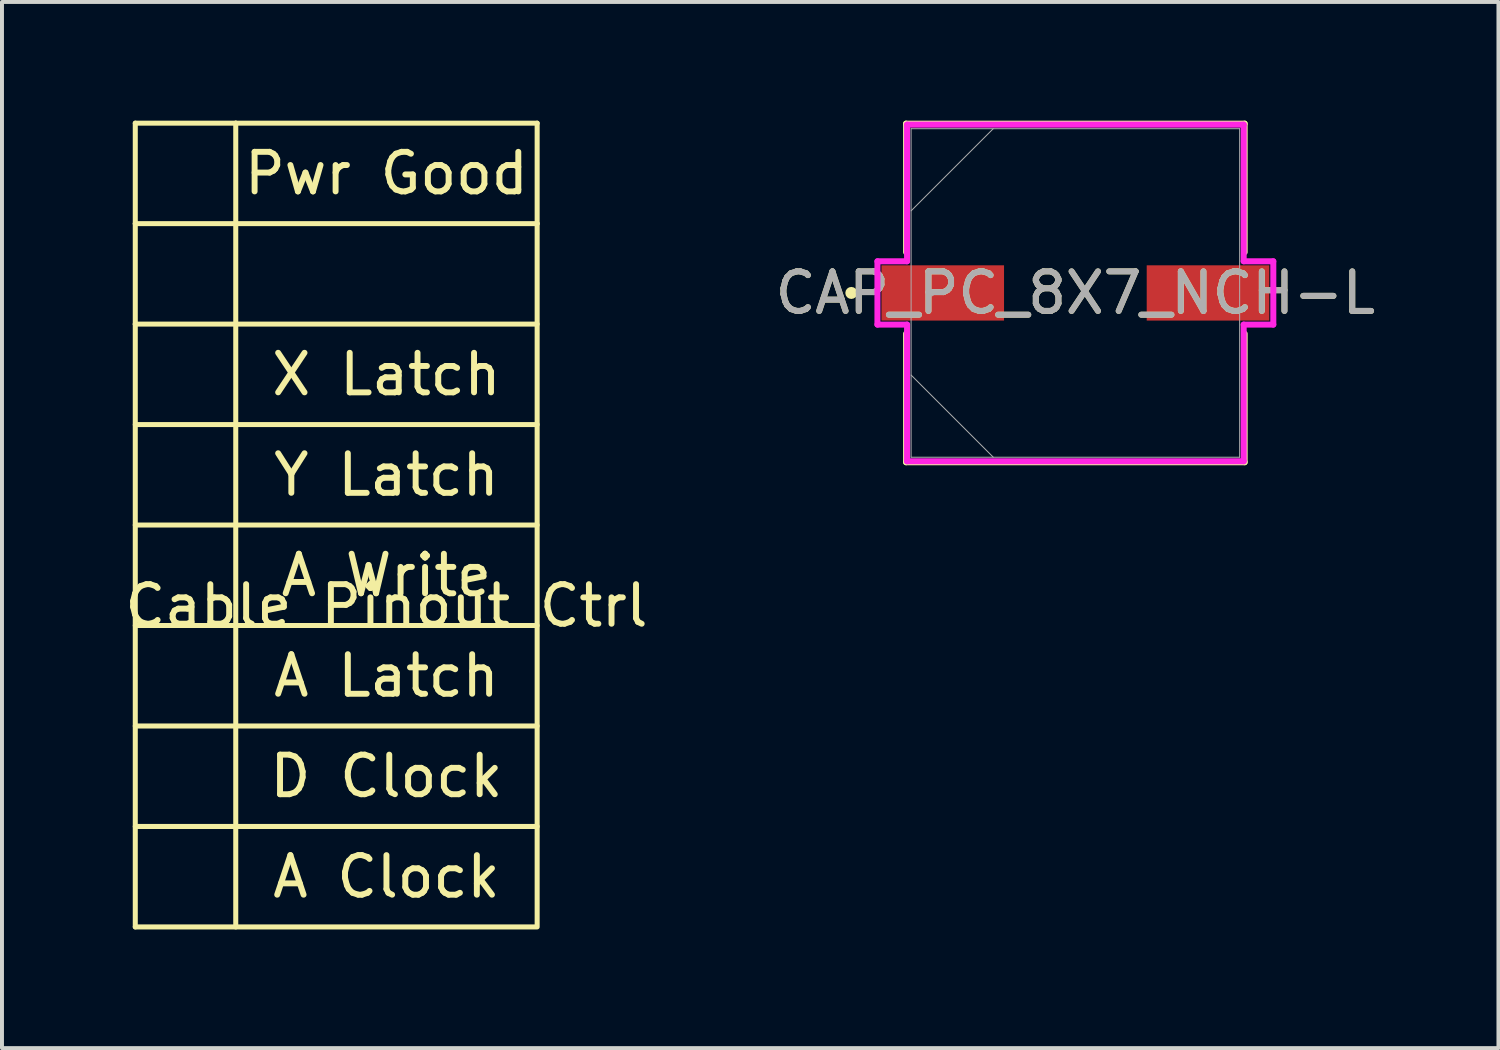
<source format=kicad_pcb>
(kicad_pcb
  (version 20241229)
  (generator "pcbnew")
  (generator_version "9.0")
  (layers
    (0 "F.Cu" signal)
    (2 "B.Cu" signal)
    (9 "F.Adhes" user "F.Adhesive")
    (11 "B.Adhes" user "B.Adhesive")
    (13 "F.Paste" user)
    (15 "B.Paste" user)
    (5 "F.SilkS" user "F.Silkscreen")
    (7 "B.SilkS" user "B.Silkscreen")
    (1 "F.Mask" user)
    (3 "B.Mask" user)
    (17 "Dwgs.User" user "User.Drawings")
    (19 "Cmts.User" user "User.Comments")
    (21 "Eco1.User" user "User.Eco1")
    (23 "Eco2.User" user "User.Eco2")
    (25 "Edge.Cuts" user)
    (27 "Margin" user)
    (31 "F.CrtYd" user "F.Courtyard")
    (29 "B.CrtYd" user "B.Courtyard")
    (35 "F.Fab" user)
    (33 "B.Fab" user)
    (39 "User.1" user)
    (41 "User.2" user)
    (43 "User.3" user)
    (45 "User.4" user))
  (footprint "CAP_PC_8X7_NCH-L"
    (layer "F.Cu")
    (at 24.137 4.356)
    (property "Reference" "CAP_PC_8X7_NCH-L" (at 0 0 0) (unlocked yes) (layer "F.SilkS") (effects (font (size 1 1) (thickness 0.15))))
    (attr smd)
    (fp_line (start -4.28 -4.28) (end -4.28 -1.031) (stroke (width 0.152) (type solid)) (layer "F.SilkS"))
    (fp_line (start -4.28 1.031) (end -4.28 4.28) (stroke (width 0.152) (type solid)) (layer "F.SilkS"))
    (fp_line (start -4.28 4.28) (end 4.28 4.28) (stroke (width 0.152) (type solid)) (layer "F.SilkS"))
    (fp_line (start 4.28 -4.28) (end -4.28 -4.28) (stroke (width 0.152) (type solid)) (layer "F.SilkS"))
    (fp_line (start 4.28 -1.031) (end 4.28 -4.28) (stroke (width 0.152) (type solid)) (layer "F.SilkS"))
    (fp_line (start 4.28 4.28) (end 4.28 1.031) (stroke (width 0.152) (type solid)) (layer "F.SilkS"))
    (fp_circle (center -5.664 0) (end -5.588 0) (stroke (width 0.152) (type solid)) (fill no) (layer "F.SilkS"))
    (fp_line (start -5.004 -0.8) (end -4.255 -0.8) (stroke (width 0.152) (type solid)) (layer "F.CrtYd"))
    (fp_line (start -5.004 0.8) (end -5.004 -0.8) (stroke (width 0.152) (type solid)) (layer "F.CrtYd"))
    (fp_line (start -4.255 -4.255) (end 4.255 -4.255) (stroke (width 0.152) (type solid)) (layer "F.CrtYd"))
    (fp_line (start -4.255 -0.8) (end -4.255 -4.255) (stroke (width 0.152) (type solid)) (layer "F.CrtYd"))
    (fp_line (start -4.255 0.8) (end -5.004 0.8) (stroke (width 0.152) (type solid)) (layer "F.CrtYd"))
    (fp_line (start -4.255 4.255) (end -4.255 0.8) (stroke (width 0.152) (type solid)) (layer "F.CrtYd"))
    (fp_line (start 4.255 -4.255) (end 4.255 -0.8) (stroke (width 0.152) (type solid)) (layer "F.CrtYd"))
    (fp_line (start 4.255 -0.8) (end 5.004 -0.8) (stroke (width 0.152) (type solid)) (layer "F.CrtYd"))
    (fp_line (start 4.255 0.8) (end 4.255 4.255) (stroke (width 0.152) (type solid)) (layer "F.CrtYd"))
    (fp_line (start 4.255 4.255) (end -4.255 4.255) (stroke (width 0.152) (type solid)) (layer "F.CrtYd"))
    (fp_line (start 5.004 -0.8) (end 5.004 0.8) (stroke (width 0.152) (type solid)) (layer "F.CrtYd"))
    (fp_line (start 5.004 0.8) (end 4.255 0.8) (stroke (width 0.152) (type solid)) (layer "F.CrtYd"))
    (fp_line (start -4.153 -4.153) (end -4.153 4.153) (stroke (width 0.025) (type solid)) (layer "F.Fab"))
    (fp_line (start -4.153 -2.076) (end -2.076 -4.153) (stroke (width 0.025) (type solid)) (layer "F.Fab"))
    (fp_line (start -4.153 2.076) (end -2.076 4.153) (stroke (width 0.025) (type solid)) (layer "F.Fab"))
    (fp_line (start -4.153 4.153) (end 4.153 4.153) (stroke (width 0.025) (type solid)) (layer "F.Fab"))
    (fp_line (start 4.153 -4.153) (end -4.153 -4.153) (stroke (width 0.025) (type solid)) (layer "F.Fab"))
    (fp_line (start 4.153 4.153) (end 4.153 -4.153) (stroke (width 0.025) (type solid)) (layer "F.Fab"))
    (fp_circle (center -3.645 0) (end -3.569 0) (stroke (width 0.025) (type solid)) (fill no) (layer "F.Fab"))
    (fp_text user "${REFERENCE}" (at 0 0 0) (unlocked yes) (layer "F.Fab") (effects (font (size 1 1) (thickness 0.15))))
    (pad "1" smd rect (at -3.353 0) (size 3.099 1.397) (layers "F.Cu" "F.Mask" "F.Paste"))
    (pad "2" smd rect (at 3.353 0) (size 3.099 1.397) (layers "F.Cu" "F.Mask" "F.Paste"))
    (zone (net_name "") (layer "F.Cu") (hatch full 0.508) (connect_pads) (min_thickness 0.254) (filled_areas_thickness no) (keepout (tracks not_allowed) (vias not_allowed) (pads allowed) (copperpour not_allowed) (footprints allowed)) (placement (enabled no)) (fill) (polygon (pts (xy 20.035 0.254) (xy 28.239 0.254) (xy 28.239 3.607) (xy 20.035 3.607))))
    (zone (net_name "") (layer "F.Cu") (hatch full 0.508) (connect_pads) (min_thickness 0.254) (filled_areas_thickness no) (keepout (tracks not_allowed) (vias not_allowed) (pads allowed) (copperpour not_allowed) (footprints allowed)) (placement (enabled no)) (fill) (polygon (pts (xy 20.035 5.105) (xy 28.239 5.105) (xy 28.239 8.458) (xy 20.035 8.458))))
    (zone (net_name "") (layer "F.Cu") (hatch full 0.508) (connect_pads) (min_thickness 0.254) (filled_areas_thickness no) (keepout (tracks not_allowed) (vias not_allowed) (pads allowed) (copperpour not_allowed) (footprints allowed)) (placement (enabled no)) (fill) (polygon (pts (xy 22.384 3.607) (xy 25.89 3.607) (xy 25.89 5.105) (xy 22.384 5.105)))))
  (footprint "Cable Pinout Ctrl"
    (layer "F.Cu")
    (at 6.72 12.764)
    (property "Reference" "Cable Pinout Ctrl" (at 0 -0.5 0) (unlocked yes) (layer "F.SilkS") (effects (font (size 1 1) (thickness 0.15))))
    (attr smd)
    (fp_line (start -6.35 -12.7) (end -3.81 -12.7) (stroke (width 0.127) (type default)) (layer "F.SilkS"))
    (fp_line (start -6.35 -10.16) (end -6.35 -12.7) (stroke (width 0.127) (type default)) (layer "F.SilkS"))
    (fp_line (start -6.35 -10.16) (end -6.35 -7.62) (stroke (width 0.127) (type default)) (layer "F.SilkS"))
    (fp_line (start -6.35 -7.62) (end -6.35 7.62) (stroke (width 0.127) (type default)) (layer "F.SilkS"))
    (fp_line (start -6.35 -5.08) (end -3.81 -5.08) (stroke (width 0.127) (type default)) (layer "F.SilkS"))
    (fp_line (start -6.35 -2.54) (end -3.81 -2.54) (stroke (width 0.127) (type default)) (layer "F.SilkS"))
    (fp_line (start -6.35 0) (end -3.81 0) (stroke (width 0.127) (type default)) (layer "F.SilkS"))
    (fp_line (start -6.35 2.54) (end -3.81 2.54) (stroke (width 0.127) (type default)) (layer "F.SilkS"))
    (fp_line (start -6.35 5.08) (end -3.81 5.08) (stroke (width 0.127) (type default)) (layer "F.SilkS"))
    (fp_line (start -6.35 7.62) (end -3.81 7.62) (stroke (width 0.127) (type default)) (layer "F.SilkS"))
    (fp_line (start -3.81 -12.7) (end -3.81 -10.16) (stroke (width 0.127) (type default)) (layer "F.SilkS"))
    (fp_line (start -3.81 -12.7) (end 3.81 -12.7) (stroke (width 0.127) (type default)) (layer "F.SilkS"))
    (fp_line (start -3.81 -10.16) (end -6.35 -10.16) (stroke (width 0.127) (type default)) (layer "F.SilkS"))
    (fp_line (start -3.81 -10.16) (end -3.81 -7.62) (stroke (width 0.127) (type default)) (layer "F.SilkS"))
    (fp_line (start -3.81 -7.62) (end -6.35 -7.62) (stroke (width 0.127) (type default)) (layer "F.SilkS"))
    (fp_line (start -3.81 -5.08) (end 3.81 -5.08) (stroke (width 0.127) (type default)) (layer "F.SilkS"))
    (fp_line (start -3.81 -2.54) (end 3.81 -2.54) (stroke (width 0.127) (type default)) (layer "F.SilkS"))
    (fp_line (start -3.81 0) (end 3.81 0) (stroke (width 0.127) (type default)) (layer "F.SilkS"))
    (fp_line (start -3.81 2.54) (end 3.81 2.54) (stroke (width 0.127) (type default)) (layer "F.SilkS"))
    (fp_line (start -3.81 5.08) (end 3.81 5.08) (stroke (width 0.127) (type default)) (layer "F.SilkS"))
    (fp_line (start 3.81 -12.7) (end 3.81 -10.16) (stroke (width 0.127) (type default)) (layer "F.SilkS"))
    (fp_line (start 3.81 -10.16) (end -3.81 -10.16) (stroke (width 0.127) (type default)) (layer "F.SilkS"))
    (fp_line (start 3.81 -7.62) (end 3.81 -10.16) (stroke (width 0.127) (type default)) (layer "F.SilkS"))
    (fp_rect (start -3.81 -7.62) (end 3.81 7.62) (stroke (width 0.127) (type default)) (fill no) (layer "F.SilkS"))
    (fp_text user "A Write" (at 0 -1.27 0) (unlocked yes) (layer "F.SilkS") (effects (font (size 1 1) (thickness 0.15))))
    (fp_text user "A Latch" (at 0 1.27 0) (unlocked yes) (layer "F.SilkS") (effects (font (size 1 1) (thickness 0.15))))
    (fp_text user "A Clock" (at 0 6.35 0) (unlocked yes) (layer "F.SilkS") (effects (font (size 1 1) (thickness 0.15))))
    (fp_text user "Pwr Good" (at 0 -11.43 0) (unlocked yes) (layer "F.SilkS") (effects (font (size 1 1) (thickness 0.15))))
    (fp_text user "Y Latch" (at 0 -3.81 0) (unlocked yes) (layer "F.SilkS") (effects (font (size 1 1) (thickness 0.15))))
    (fp_text user "D Clock" (at 0 3.81 0) (unlocked yes) (layer "F.SilkS") (effects (font (size 1 1) (thickness 0.15))))
    (fp_text user "X Latch" (at 0 -6.35 0) (unlocked yes) (layer "F.SilkS") (effects (font (size 1 1) (thickness 0.15)))))
  (gr_rect
    (start -3 -3)
    (end 34.833 23.447)
    (stroke (width 0.1) (type default))
    (fill no)
    (layer "Edge.Cuts")))
</source>
